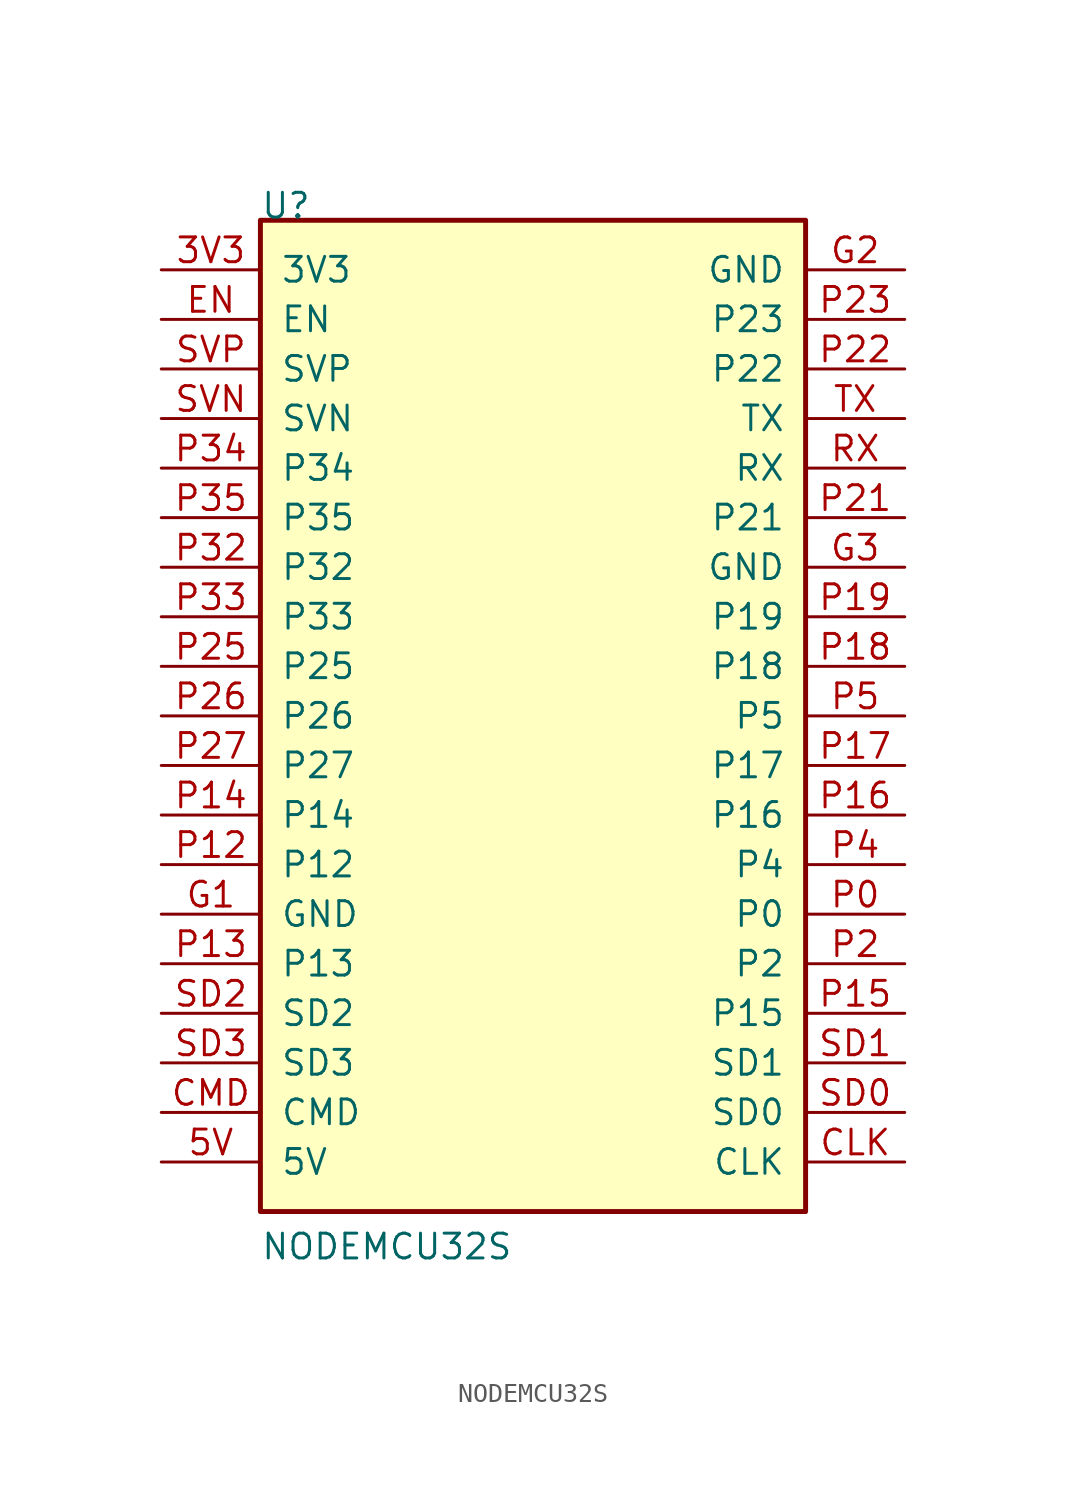
<source format=kicad_sym>
(kicad_symbol_lib
  (version 20211014)
  (generator kicad_symbol_editor)
  (symbol "NODEMCU32S"
    (pin_names
      (offset 1.016))
    (property "Reference" "U"
      (at -12.7 22.86 0)
      (effects (font (size 1.27 1.27)) (justify left bottom)))
    (property "Value" "NODEMCU32S"
      (at -12.7 -30.48 0)
      (effects (font (size 1.27 1.27)) (justify left bottom)))
    (symbol "NODEMCU32S_0_0"
      (rectangle (start -12.7 -27.94) (end 15.24 22.86) (stroke (width 0.254) (type default) (color 0 0 0 0)) (fill (type background)))
      (pin bidirectional line (at -17.78 -15.24 0) (length 5.08) (name "P13" (effects (font (size 1.27 1.27)))) (number "P13" (effects (font (size 1.27 1.27)))))
      (pin bidirectional line (at 20.32 10.16 180) (length 5.08) (name "RX" (effects (font (size 1.27 1.27)))) (number "RX" (effects (font (size 1.27 1.27)))))
      (pin bidirectional line (at -17.78 -17.78 0) (length 5.08) (name "SD2" (effects (font (size 1.27 1.27)))) (number "SD2" (effects (font (size 1.27 1.27)))))
      (pin bidirectional line (at 20.32 12.7 180) (length 5.08) (name "TX" (effects (font (size 1.27 1.27)))) (number "TX" (effects (font (size 1.27 1.27))))))
    (symbol "NODEMCU32S_1_1"
      (pin power_in line (at -17.78 20.32 0) (length 5.08) (name "3V3" (effects (font (size 1.27 1.27)))) (number "3V3" (effects (font (size 1.27 1.27)))))
      (pin power_out line (at -17.78 -25.4 0) (length 5.08) (name "5V" (effects (font (size 1.27 1.27)))) (number "5V" (effects (font (size 1.27 1.27)))))
      (pin bidirectional line (at 20.32 -25.4 180) (length 5.08) (name "CLK" (effects (font (size 1.27 1.27)))) (number "CLK" (effects (font (size 1.27 1.27)))))
      (pin bidirectional line (at -17.78 -22.86 0) (length 5.08) (name "CMD" (effects (font (size 1.27 1.27)))) (number "CMD" (effects (font (size 1.27 1.27)))))
      (pin bidirectional line (at -17.78 17.78 0) (length 5.08) (name "EN" (effects (font (size 1.27 1.27)))) (number "EN" (effects (font (size 1.27 1.27)))))
      (pin power_in line (at -17.78 -12.7 0) (length 5.08) (name "GND" (effects (font (size 1.27 1.27)))) (number "G1" (effects (font (size 1.27 1.27)))))
      (pin power_in line (at 20.32 20.32 180) (length 5.08) (name "GND" (effects (font (size 1.27 1.27)))) (number "G2" (effects (font (size 1.27 1.27)))))
      (pin power_in line (at 20.32 5.08 180) (length 5.08) (name "GND" (effects (font (size 1.27 1.27)))) (number "G3" (effects (font (size 1.27 1.27)))))
      (pin bidirectional line (at 20.32 -12.7 180) (length 5.08) (name "P0" (effects (font (size 1.27 1.27)))) (number "P0" (effects (font (size 1.27 1.27)))))
      (pin bidirectional line (at -17.78 -10.16 0) (length 5.08) (name "P12" (effects (font (size 1.27 1.27)))) (number "P12" (effects (font (size 1.27 1.27)))))
      (pin bidirectional line (at -17.78 -7.62 0) (length 5.08) (name "P14" (effects (font (size 1.27 1.27)))) (number "P14" (effects (font (size 1.27 1.27)))))
      (pin bidirectional line (at 20.32 -17.78 180) (length 5.08) (name "P15" (effects (font (size 1.27 1.27)))) (number "P15" (effects (font (size 1.27 1.27)))))
      (pin bidirectional line (at 20.32 -7.62 180) (length 5.08) (name "P16" (effects (font (size 1.27 1.27)))) (number "P16" (effects (font (size 1.27 1.27)))))
      (pin bidirectional line (at 20.32 -5.08 180) (length 5.08) (name "P17" (effects (font (size 1.27 1.27)))) (number "P17" (effects (font (size 1.27 1.27)))))
      (pin bidirectional line (at 20.32 0 180) (length 5.08) (name "P18" (effects (font (size 1.27 1.27)))) (number "P18" (effects (font (size 1.27 1.27)))))
      (pin bidirectional line (at 20.32 2.54 180) (length 5.08) (name "P19" (effects (font (size 1.27 1.27)))) (number "P19" (effects (font (size 1.27 1.27)))))
      (pin bidirectional line (at 20.32 -15.24 180) (length 5.08) (name "P2" (effects (font (size 1.27 1.27)))) (number "P2" (effects (font (size 1.27 1.27)))))
      (pin bidirectional line (at 20.32 7.62 180) (length 5.08) (name "P21" (effects (font (size 1.27 1.27)))) (number "P21" (effects (font (size 1.27 1.27)))))
      (pin bidirectional line (at 20.32 15.24 180) (length 5.08) (name "P22" (effects (font (size 1.27 1.27)))) (number "P22" (effects (font (size 1.27 1.27)))))
      (pin bidirectional line (at 20.32 17.78 180) (length 5.08) (name "P23" (effects (font (size 1.27 1.27)))) (number "P23" (effects (font (size 1.27 1.27)))))
      (pin bidirectional line (at -17.78 0 0) (length 5.08) (name "P25" (effects (font (size 1.27 1.27)))) (number "P25" (effects (font (size 1.27 1.27)))))
      (pin bidirectional line (at -17.78 -2.54 0) (length 5.08) (name "P26" (effects (font (size 1.27 1.27)))) (number "P26" (effects (font (size 1.27 1.27)))))
      (pin bidirectional line (at -17.78 -5.08 0) (length 5.08) (name "P27" (effects (font (size 1.27 1.27)))) (number "P27" (effects (font (size 1.27 1.27)))))
      (pin bidirectional line (at -17.78 5.08 0) (length 5.08) (name "P32" (effects (font (size 1.27 1.27)))) (number "P32" (effects (font (size 1.27 1.27)))))
      (pin bidirectional line (at -17.78 2.54 0) (length 5.08) (name "P33" (effects (font (size 1.27 1.27)))) (number "P33" (effects (font (size 1.27 1.27)))))
      (pin bidirectional line (at -17.78 10.16 0) (length 5.08) (name "P34" (effects (font (size 1.27 1.27)))) (number "P34" (effects (font (size 1.27 1.27)))))
      (pin bidirectional line (at -17.78 7.62 0) (length 5.08) (name "P35" (effects (font (size 1.27 1.27)))) (number "P35" (effects (font (size 1.27 1.27)))))
      (pin bidirectional line (at 20.32 -10.16 180) (length 5.08) (name "P4" (effects (font (size 1.27 1.27)))) (number "P4" (effects (font (size 1.27 1.27)))))
      (pin bidirectional line (at 20.32 -2.54 180) (length 5.08) (name "P5" (effects (font (size 1.27 1.27)))) (number "P5" (effects (font (size 1.27 1.27)))))
      (pin bidirectional line (at 20.32 -22.86 180) (length 5.08) (name "SD0" (effects (font (size 1.27 1.27)))) (number "SD0" (effects (font (size 1.27 1.27)))))
      (pin bidirectional line (at 20.32 -20.32 180) (length 5.08) (name "SD1" (effects (font (size 1.27 1.27)))) (number "SD1" (effects (font (size 1.27 1.27)))))
      (pin bidirectional line (at -17.78 -20.32 0) (length 5.08) (name "SD3" (effects (font (size 1.27 1.27)))) (number "SD3" (effects (font (size 1.27 1.27)))))
      (pin bidirectional line (at -17.78 12.7 0) (length 5.08) (name "SVN" (effects (font (size 1.27 1.27)))) (number "SVN" (effects (font (size 1.27 1.27)))))
      (pin bidirectional line (at -17.78 15.24 0) (length 5.08) (name "SVP" (effects (font (size 1.27 1.27)))) (number "SVP" (effects (font (size 1.27 1.27))))))))
</source>
